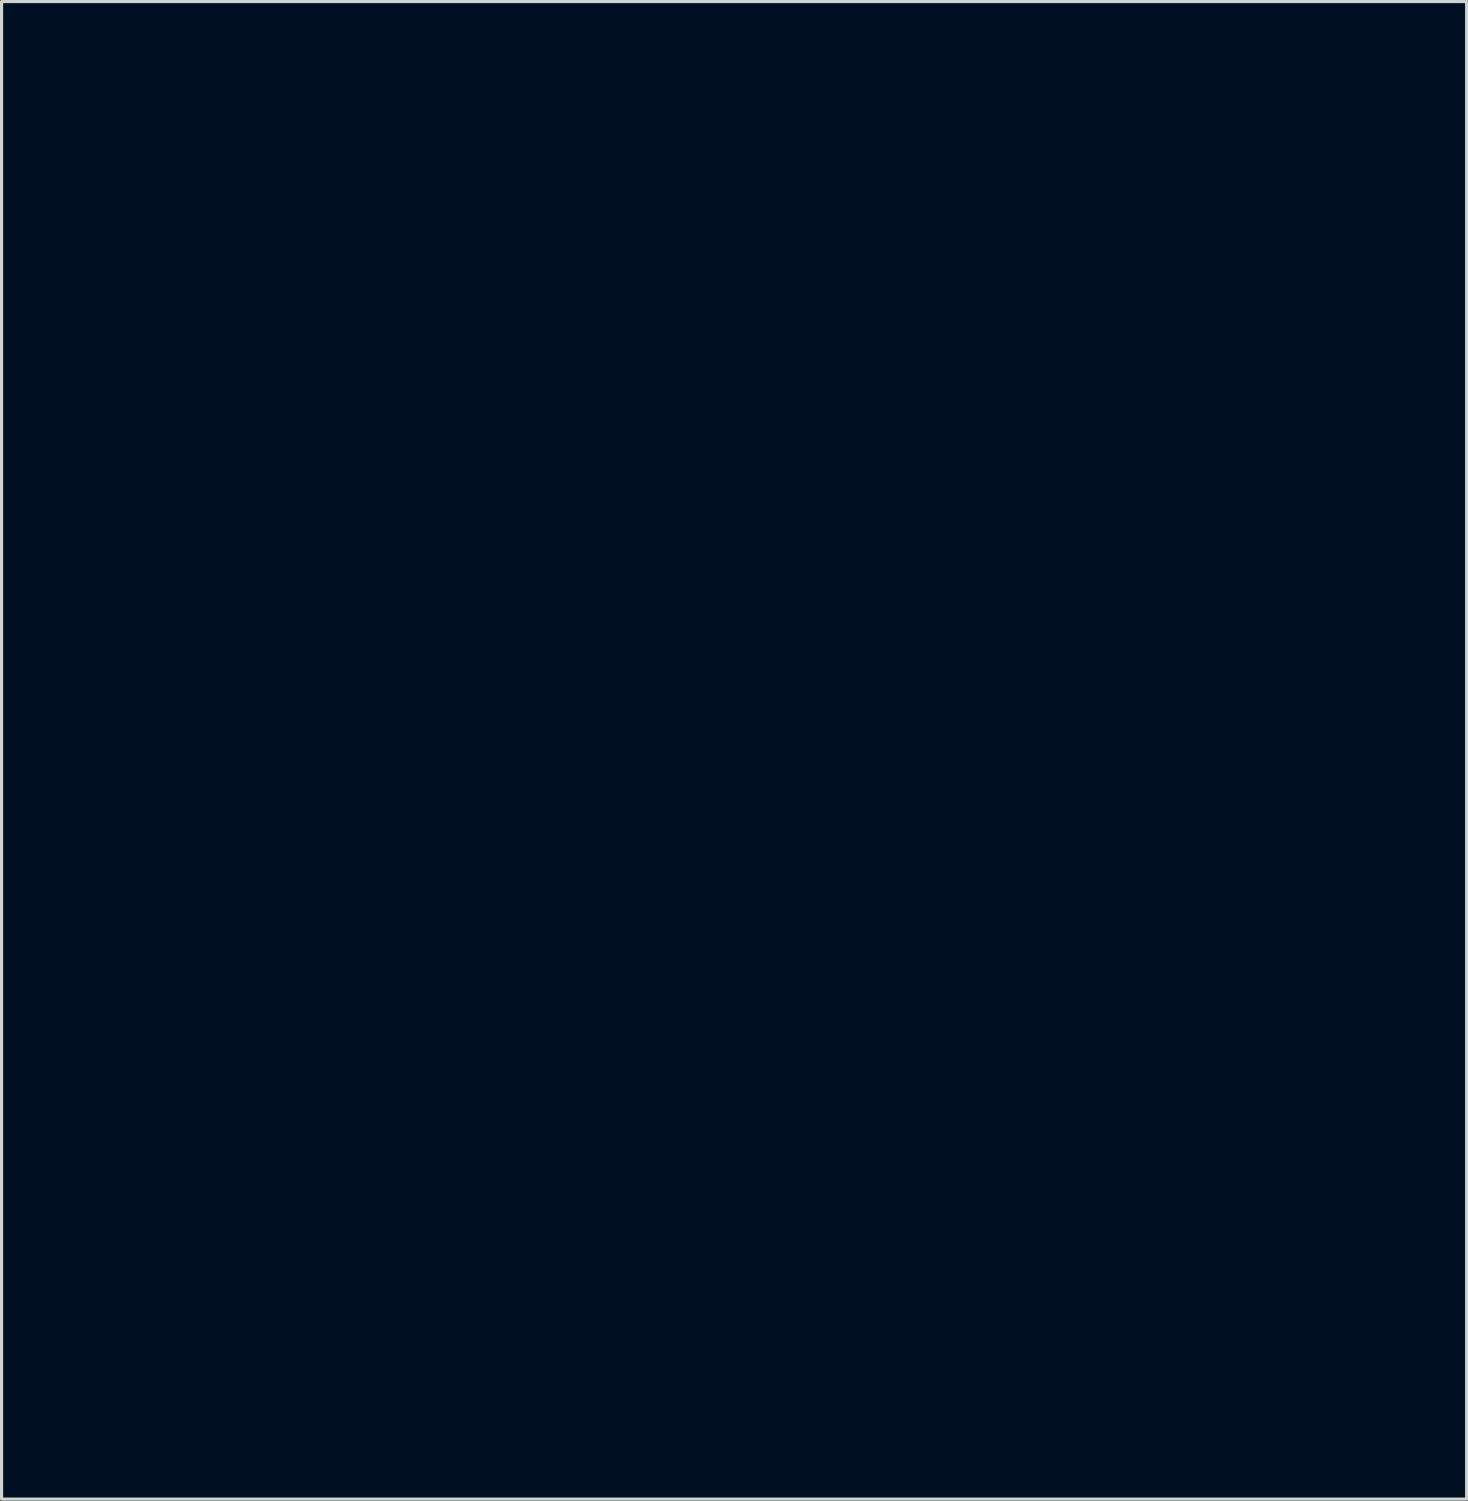
<source format=kicad_pcb>
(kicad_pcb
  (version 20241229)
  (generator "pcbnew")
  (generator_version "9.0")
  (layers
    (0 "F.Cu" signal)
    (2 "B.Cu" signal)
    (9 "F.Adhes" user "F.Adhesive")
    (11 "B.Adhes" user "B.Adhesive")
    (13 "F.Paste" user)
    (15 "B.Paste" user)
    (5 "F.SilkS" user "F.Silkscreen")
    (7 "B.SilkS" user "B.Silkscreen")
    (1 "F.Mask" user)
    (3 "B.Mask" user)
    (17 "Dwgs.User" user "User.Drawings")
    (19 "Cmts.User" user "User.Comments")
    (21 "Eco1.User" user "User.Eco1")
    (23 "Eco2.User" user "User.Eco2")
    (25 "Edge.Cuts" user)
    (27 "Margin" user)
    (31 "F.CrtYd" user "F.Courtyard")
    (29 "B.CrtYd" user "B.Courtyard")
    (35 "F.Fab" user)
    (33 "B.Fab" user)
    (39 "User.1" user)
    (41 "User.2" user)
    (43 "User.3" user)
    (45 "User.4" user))
  (footprint "Key2FMask"
    (layer "F.Cu")
    (at 20.262 20.636)
    (property "Reference" "Key2FMask" (at 0 0 0) (layer "F.Mask") (effects (font (size 1.524 1.524) (thickness 0.3))))
    (attr through_hole)
    (fp_poly (pts (xy -0.241 -20.588) (xy -0.105 -20.464) (xy 0.106 -20.264) (xy 0.384 -19.996) (xy 0.723 -19.668) (xy 1.114 -19.286) (xy 1.551 -18.859) (xy 2.025 -18.392) (xy 2.53 -17.894) (xy 2.838 -17.59) (xy 5.915 -14.542) (xy 10.224 -14.542) (xy 11.107 -14.541) (xy 11.87 -14.54) (xy 12.521 -14.537) (xy 13.067 -14.533) (xy 13.516 -14.527) (xy 13.875 -14.521) (xy 14.152 -14.512) (xy 14.355 -14.501) (xy 14.489 -14.489) (xy 14.564 -14.474) (xy 14.585 -14.462) (xy 14.594 -14.387) (xy 14.603 -14.195) (xy 14.612 -13.897) (xy 14.62 -13.504) (xy 14.628 -13.026) (xy 14.635 -12.473) (xy 14.641 -11.857) (xy 14.647 -11.187) (xy 14.651 -10.474) (xy 14.653 -10.033) (xy 14.669 -5.683) (xy 20.098 -0.31) (xy 19.119 -0.345) (xy 18.781 -0.355) (xy 18.345 -0.364) (xy 17.843 -0.371) (xy 17.305 -0.377) (xy 16.761 -0.38) (xy 16.363 -0.381) (xy 14.585 -0.381) (xy 14.672 -4.382) (xy 14.109 -4.381) (xy 13.546 -4.381) (xy 13.504 -2.524) (xy 13.493 -1.978) (xy 13.483 -1.407) (xy 13.474 -0.843) (xy 13.467 -0.317) (xy 13.463 0.14) (xy 13.462 0.45) (xy 13.459 0.901) (xy 13.452 1.388) (xy 13.441 1.865) (xy 13.427 2.284) (xy 13.42 2.435) (xy 13.379 3.302) (xy 11.46 3.302) (xy 10.969 3.303) (xy 10.511 3.307) (xy 10.104 3.313) (xy 9.766 3.32) (xy 9.513 3.329) (xy 9.365 3.338) (xy 9.342 3.342) (xy 9.144 3.381) (xy 9.144 9.335) (xy 12.255 9.335) (xy 12.255 12.109) (xy 10.208 12.151) (xy 9.601 12.165) (xy 8.938 12.182) (xy 8.255 12.202) (xy 7.591 12.223) (xy 6.98 12.244) (xy 6.477 12.263) (xy 5.971 12.284) (xy 5.575 12.302) (xy 5.274 12.319) (xy 5.052 12.337) (xy 4.893 12.358) (xy 4.78 12.384) (xy 4.698 12.415) (xy 4.631 12.456) (xy 4.588 12.488) (xy 4.504 12.565) (xy 4.344 12.725) (xy 4.117 12.96) (xy 3.831 13.259) (xy 3.497 13.613) (xy 3.124 14.011) (xy 2.721 14.444) (xy 2.297 14.901) (xy 2.272 14.928) (xy 0.164 17.212) (xy -0.256 16.782) (xy -0.409 16.624) (xy -0.636 16.393) (xy -0.921 16.102) (xy -1.247 15.769) (xy -1.6 15.41) (xy -1.963 15.04) (xy -2.033 14.969) (xy -3.391 13.587) (xy -2.746 12.922) (xy -2.668 5.366) (xy -6.926 5.383) (xy -11.184 5.401) (xy -13.26 3.378) (xy -13.721 2.929) (xy -14.184 2.479) (xy -14.634 2.043) (xy -15.058 1.634) (xy -15.441 1.265) (xy -15.769 0.951) (xy -16.027 0.704) (xy -16.129 0.608) (xy -16.39 0.361) (xy -16.617 0.144) (xy -16.795 -0.029) (xy -16.907 -0.143) (xy -16.939 -0.181) (xy -16.901 -0.237) (xy -16.786 -0.367) (xy -16.608 -0.558) (xy -16.38 -0.794) (xy -16.116 -1.061) (xy -16.097 -1.079) (xy -15.24 -1.935) (xy -15.24 -0.2) (xy -13.216 1.751) (xy -12.791 2.159) (xy -12.391 2.541) (xy -12.027 2.888) (xy -11.708 3.189) (xy -11.443 3.437) (xy -11.244 3.621) (xy -11.119 3.733) (xy -11.081 3.763) (xy -10.984 3.789) (xy -10.918 3.73) (xy -10.879 3.576) (xy -10.861 3.313) (xy -10.859 3.159) (xy -10.858 2.667) (xy -9.779 2.667) (xy -9.778 3.254) (xy -9.772 3.523) (xy -9.757 3.747) (xy -9.735 3.894) (xy -9.723 3.928) (xy -9.639 3.972) (xy -9.462 4.019) (xy -9.224 4.064) (xy -8.958 4.101) (xy -8.698 4.122) (xy -8.644 4.125) (xy -8.617 4.116) (xy -8.597 4.078) (xy -8.585 4) (xy -8.581 3.868) (xy -8.585 3.67) (xy -8.597 3.392) (xy -8.618 3.023) (xy -8.648 2.55) (xy -8.676 2.111) (xy -8.715 1.524) (xy -12.054 1.524) (xy -12.44 1.102) (xy -12.612 0.911) (xy -12.744 0.754) (xy -12.818 0.655) (xy -12.827 0.635) (xy -12.765 0.607) (xy -12.588 0.581) (xy -12.306 0.558) (xy -11.931 0.539) (xy -11.474 0.524) (xy -10.945 0.514) (xy -10.357 0.509) (xy -10.153 0.508) (xy -8.718 0.508) (xy -8.675 -3.985) (xy -8.667 -4.736) (xy -8.659 -5.455) (xy -8.65 -6.131) (xy -8.641 -6.753) (xy -8.632 -7.31) (xy -8.624 -7.792) (xy -8.616 -8.188) (xy -8.608 -8.486) (xy -8.601 -8.675) (xy -8.596 -8.738) (xy -8.561 -8.998) (xy -6.424 -9.039) (xy -5.94 -9.048) (xy -5.351 -9.057) (xy -4.678 -9.068) (xy -3.942 -9.078) (xy -3.164 -9.089) (xy -2.366 -9.1) (xy -1.569 -9.11) (xy -0.795 -9.119) (xy -0.547 -9.122) (xy 3.193 -9.163) (xy 3.147 -6.496) (xy 3.1 -3.828) (xy 3.29 -3.79) (xy 3.404 -3.778) (xy 3.626 -3.764) (xy 3.935 -3.749) (xy 4.314 -3.734) (xy 4.742 -3.719) (xy 5.128 -3.708) (xy 6.775 -3.664) (xy 6.817 -2.425) (xy 6.824 -2.137) (xy 6.831 -1.737) (xy 6.837 -1.24) (xy 6.843 -0.663) (xy 6.848 -0.021) (xy 6.852 0.672) (xy 6.855 1.4) (xy 6.857 2.147) (xy 6.858 2.889) (xy 6.858 6.965) (xy 5.133 7.007) (xy 4.574 7.019) (xy 3.963 7.029) (xy 3.34 7.038) (xy 2.745 7.045) (xy 2.217 7.048) (xy 2 7.048) (xy 0.591 7.048) (xy 0.55 6.048) (xy 0.534 5.604) (xy 0.521 5.107) (xy 0.512 4.617) (xy 0.508 4.189) (xy 0.508 4.143) (xy 0.508 3.239) (xy -0.111 3.238) (xy -0.778 3.198) (xy -1.354 3.078) (xy -1.849 2.869) (xy -2.277 2.566) (xy -2.649 2.16) (xy -2.976 1.645) (xy -3.063 1.477) (xy -3.334 0.929) (xy -3.334 -0.549) (xy -3.065 -1.092) (xy -2.743 -1.629) (xy -2.357 -2.087) (xy -1.921 -2.446) (xy -1.661 -2.598) (xy -1.199 -2.775) (xy -0.679 -2.878) (xy -0.136 -2.908) (xy 0.396 -2.864) (xy 0.882 -2.745) (xy 1.136 -2.639) (xy 1.443 -2.442) (xy 1.771 -2.161) (xy 2.085 -1.831) (xy 2.352 -1.481) (xy 2.366 -1.46) (xy 2.502 -1.226) (xy 2.628 -0.964) (xy 2.733 -0.702) (xy 2.808 -0.469) (xy 2.842 -0.291) (xy 2.825 -0.198) (xy 2.735 -0.167) (xy 2.554 -0.139) (xy 2.317 -0.12) (xy 2.266 -0.118) (xy 1.77 -0.098) (xy 1.624 -0.457) (xy 1.393 -0.904) (xy 1.097 -1.249) (xy 0.751 -1.495) (xy 0.546 -1.598) (xy 0.363 -1.655) (xy 0.146 -1.679) (xy -0.064 -1.683) (xy -0.358 -1.672) (xy -0.582 -1.633) (xy -0.787 -1.555) (xy -0.849 -1.524) (xy -1.242 -1.257) (xy -1.542 -0.907) (xy -1.742 -0.488) (xy -1.835 -0.01) (xy -1.841 0.158) (xy -1.782 0.608) (xy -1.607 1.012) (xy -1.321 1.362) (xy -0.928 1.651) (xy -0.71 1.764) (xy -0.473 1.858) (xy -0.264 1.897) (xy -0.011 1.893) (xy 0.026 1.89) (xy 0.307 1.852) (xy 0.546 1.778) (xy 0.777 1.652) (xy 1.031 1.455) (xy 1.251 1.258) (xy 1.661 0.876) (xy 2.984 0.899) (xy 3.382 0.907) (xy 3.737 0.919) (xy 4.028 0.932) (xy 4.237 0.947) (xy 4.343 0.962) (xy 4.352 0.966) (xy 4.365 1.038) (xy 4.378 1.222) (xy 4.392 1.5) (xy 4.406 1.855) (xy 4.418 2.273) (xy 4.428 2.736) (xy 4.43 2.855) (xy 4.464 4.699) (xy 3.239 4.699) (xy 3.239 2.095) (xy 2.801 2.095) (xy 2.551 2.102) (xy 2.374 2.133) (xy 2.217 2.204) (xy 2.055 2.308) (xy 1.746 2.521) (xy 1.712 5.731) (xy 3.654 5.704) (xy 4.217 5.696) (xy 4.665 5.686) (xy 5.011 5.676) (xy 5.269 5.663) (xy 5.449 5.648) (xy 5.566 5.629) (xy 5.632 5.606) (xy 5.655 5.585) (xy 5.668 5.501) (xy 5.68 5.306) (xy 5.691 5.016) (xy 5.699 4.648) (xy 5.705 4.217) (xy 5.71 3.74) (xy 5.712 3.233) (xy 5.713 2.712) (xy 5.712 2.193) (xy 5.709 1.692) (xy 5.704 1.226) (xy 5.697 0.81) (xy 5.688 0.461) (xy 5.678 0.195) (xy 5.665 0.028) (xy 5.656 -0.019) (xy 5.623 -0.088) (xy 5.57 -0.134) (xy 5.472 -0.164) (xy 5.306 -0.183) (xy 5.045 -0.198) (xy 4.926 -0.203) (xy 4.647 -0.219) (xy 4.418 -0.236) (xy 4.267 -0.254) (xy 4.221 -0.266) (xy 4.211 -0.341) (xy 4.213 -0.507) (xy 4.229 -0.731) (xy 4.231 -0.753) (xy 4.273 -1.206) (xy 5.652 -1.206) (xy 5.652 -2.205) (xy 4.842 -2.248) (xy 4.472 -2.268) (xy 4.089 -2.29) (xy 3.743 -2.312) (xy 3.515 -2.328) (xy 2.997 -2.366) (xy 2.505 -2.861) (xy 2.012 -3.356) (xy 2.027 -4.599) (xy 2.041 -5.842) (xy 1.497 -5.842) (xy 0.953 -5.842) (xy 0.953 -4.191) (xy -0.141 -4.191) (xy -0.095 -5.874) (xy -0.578 -5.892) (xy -0.844 -5.896) (xy -1.013 -5.88) (xy -1.112 -5.84) (xy -1.143 -5.81) (xy -1.186 -5.691) (xy -1.222 -5.449) (xy -1.251 -5.085) (xy -1.264 -4.839) (xy -1.302 -3.969) (xy -1.857 -3.95) (xy -2.125 -3.944) (xy -2.291 -3.95) (xy -2.378 -3.971) (xy -2.411 -4.012) (xy -2.415 -4.046) (xy -2.423 -4.248) (xy -2.439 -4.51) (xy -2.462 -4.804) (xy -2.488 -5.101) (xy -2.515 -5.374) (xy -2.541 -5.594) (xy -2.562 -5.734) (xy -2.572 -5.769) (xy -2.646 -5.783) (xy -2.826 -5.797) (xy -3.093 -5.81) (xy -3.426 -5.822) (xy -3.805 -5.831) (xy -3.838 -5.832) (xy -5.062 -5.853) (xy -5.102 -5.705) (xy -5.141 -5.436) (xy -5.123 -5.177) (xy -5.052 -4.978) (xy -5.045 -4.967) (xy -4.98 -4.894) (xy -4.889 -4.852) (xy -4.741 -4.831) (xy -4.504 -4.825) (xy -4.457 -4.825) (xy -4.133 -4.823) (xy -3.915 -4.807) (xy -3.782 -4.761) (xy -3.713 -4.67) (xy -3.687 -4.518) (xy -3.683 -4.29) (xy -3.683 -4.247) (xy -3.683 -3.747) (xy -4.286 -3.747) (xy -4.578 -3.743) (xy -4.773 -3.729) (xy -4.898 -3.699) (xy -4.984 -3.649) (xy -5.016 -3.619) (xy -5.106 -3.447) (xy -5.145 -3.164) (xy -5.132 -2.774) (xy -5.102 -2.509) (xy -5.061 -2.207) (xy -4.662 -2.248) (xy -4.264 -2.289) (xy -4.295 -1.795) (xy -4.316 -1.476) (xy -4.339 -1.261) (xy -4.375 -1.127) (xy -4.434 -1.053) (xy -4.527 -1.017) (xy -4.664 -0.995) (xy -4.675 -0.993) (xy -4.865 -0.976) (xy -5.14 -0.962) (xy -5.456 -0.954) (xy -5.66 -0.953) (xy -6.35 -0.953) (xy -6.35 -6.901) (xy -4.911 -6.943) (xy -4.524 -6.952) (xy -4.033 -6.961) (xy -3.462 -6.969) (xy -2.834 -6.975) (xy -2.172 -6.98) (xy -1.499 -6.983) (xy -0.84 -6.985) (xy -0.681 -6.985) (xy 2.11 -6.985) (xy 2.072 -7.128) (xy 2.052 -7.266) (xy 2.037 -7.481) (xy 2.033 -7.677) (xy 2.032 -8.082) (xy -2.732 -8.051) (xy -3.498 -8.046) (xy -4.226 -8.04) (xy -4.907 -8.034) (xy -5.531 -8.028) (xy -6.088 -8.022) (xy -6.568 -8.016) (xy -6.961 -8.01) (xy -7.257 -8.004) (xy -7.446 -7.999) (xy -7.519 -7.995) (xy -7.519 -7.995) (xy -7.524 -7.928) (xy -7.529 -7.746) (xy -7.534 -7.458) (xy -7.54 -7.075) (xy -7.545 -6.609) (xy -7.551 -6.07) (xy -7.556 -5.468) (xy -7.561 -4.814) (xy -7.565 -4.12) (xy -7.566 -3.953) (xy -7.589 0.064) (xy -4.381 0.064) (xy -4.381 1.46) (xy -5.477 1.461) (xy -5.876 1.464) (xy -6.266 1.47) (xy -6.615 1.481) (xy -6.89 1.494) (xy -7.007 1.502) (xy -7.441 1.543) (xy -7.42 2.699) (xy -7.409 3.14) (xy -7.395 3.47) (xy -7.376 3.704) (xy -7.351 3.858) (xy -7.318 3.948) (xy -7.306 3.964) (xy -7.259 4.006) (xy -7.185 4.035) (xy -7.064 4.053) (xy -6.876 4.061) (xy -6.602 4.06) (xy -6.221 4.054) (xy -6.216 4.053) (xy -5.871 4.043) (xy -5.572 4.029) (xy -5.34 4.012) (xy -5.199 3.993) (xy -5.168 3.983) (xy -5.144 3.903) (xy -5.117 3.723) (xy -5.091 3.473) (xy -5.072 3.221) (xy -5.053 2.935) (xy -5.037 2.701) (xy -5.026 2.545) (xy -5.021 2.492) (xy -4.96 2.486) (xy -4.8 2.48) (xy -4.569 2.477) (xy -4.413 2.477) (xy -3.81 2.477) (xy -3.81 3.136) (xy -3.805 3.497) (xy -3.778 3.752) (xy -3.712 3.921) (xy -3.592 4.026) (xy -3.4 4.086) (xy -3.12 4.123) (xy -3.011 4.132) (xy -2.669 4.157) (xy -2.274 4.175) (xy -1.902 4.186) (xy -1.836 4.186) (xy -1.227 4.191) (xy -1.185 7.668) (xy -1.177 8.371) (xy -1.169 9.077) (xy -1.162 9.767) (xy -1.156 10.424) (xy -1.151 11.029) (xy -1.147 11.566) (xy -1.144 12.015) (xy -1.143 12.359) (xy -1.143 12.424) (xy -1.143 13.704) (xy 0.277 15.056) (xy 0.936 14.402) (xy 1.21 14.126) (xy 1.521 13.807) (xy 1.856 13.458) (xy 2.201 13.095) (xy 2.542 12.732) (xy 2.866 12.383) (xy 3.158 12.064) (xy 3.406 11.788) (xy 3.596 11.572) (xy 3.713 11.429) (xy 3.727 11.411) (xy 3.838 11.198) (xy 3.912 10.957) (xy 3.919 10.913) (xy 3.959 10.667) (xy 4.02 10.518) (xy 4.132 10.443) (xy 4.323 10.417) (xy 4.503 10.414) (xy 4.776 10.425) (xy 4.95 10.47) (xy 5.052 10.569) (xy 5.107 10.741) (xy 5.127 10.866) (xy 5.163 11.131) (xy 8.058 11.086) (xy 8.651 11.076) (xy 9.203 11.066) (xy 9.702 11.057) (xy 10.136 11.049) (xy 10.491 11.042) (xy 10.755 11.036) (xy 10.915 11.031) (xy 10.961 11.028) (xy 10.971 10.965) (xy 10.99 10.816) (xy 11 10.724) (xy 11.013 10.545) (xy 10.994 10.462) (xy 10.938 10.449) (xy 10.929 10.45) (xy 10.838 10.457) (xy 10.64 10.466) (xy 10.354 10.477) (xy 9.999 10.488) (xy 9.595 10.5) (xy 9.377 10.505) (xy 7.927 10.541) (xy 7.972 9.909) (xy 8.017 9.278) (xy 7.009 9.307) (xy 6.701 9.315) (xy 6.289 9.324) (xy 5.797 9.335) (xy 5.249 9.346) (xy 4.666 9.357) (xy 4.074 9.367) (xy 3.667 9.374) (xy 1.333 9.413) (xy 1.333 10.934) (xy 1.642 10.676) (xy 1.818 10.524) (xy 1.962 10.391) (xy 2.03 10.321) (xy 2.122 10.24) (xy 2.167 10.223) (xy 2.188 10.283) (xy 2.205 10.444) (xy 2.216 10.683) (xy 2.219 10.97) (xy 2.216 11.716) (xy 1.547 12.319) (xy 1.263 12.574) (xy 0.972 12.833) (xy 0.708 13.067) (xy 0.501 13.246) (xy 0.487 13.259) (xy 0.095 13.595) (xy 0.052 13.322) (xy 0.043 13.198) (xy 0.033 12.963) (xy 0.025 12.632) (xy 0.018 12.222) (xy 0.012 11.748) (xy 0.007 11.225) (xy 0.005 10.67) (xy 0.005 10.589) (xy 0 8.128) (xy 0.397 8.127) (xy 0.735 8.124) (xy 1.153 8.119) (xy 1.637 8.113) (xy 2.174 8.104) (xy 2.751 8.093) (xy 3.353 8.081) (xy 3.967 8.069) (xy 4.579 8.056) (xy 5.177 8.042) (xy 5.745 8.028) (xy 6.27 8.015) (xy 6.739 8.002) (xy 7.139 7.99) (xy 7.455 7.979) (xy 7.674 7.97) (xy 7.782 7.962) (xy 7.788 7.961) (xy 7.952 7.92) (xy 7.914 7.151) (xy 7.903 6.897) (xy 7.891 6.538) (xy 7.879 6.096) (xy 7.866 5.594) (xy 7.853 5.055) (xy 7.841 4.499) (xy 7.835 4.207) (xy 7.794 2.032) (xy 9.914 2.031) (xy 10.422 2.029) (xy 10.891 2.025) (xy 11.304 2.019) (xy 11.648 2.011) (xy 11.905 2.002) (xy 12.062 1.991) (xy 12.103 1.983) (xy 12.136 1.904) (xy 12.169 1.727) (xy 12.199 1.48) (xy 12.215 1.28) (xy 12.257 0.624) (xy 12.018 0.659) (xy 11.895 0.669) (xy 11.663 0.681) (xy 11.341 0.694) (xy 10.945 0.707) (xy 10.496 0.72) (xy 10.01 0.733) (xy 9.858 0.736) (xy 7.938 0.778) (xy 7.938 -0.495) (xy 8.652 -0.532) (xy 8.94 -0.546) (xy 9.321 -0.561) (xy 9.765 -0.577) (xy 10.236 -0.593) (xy 10.704 -0.607) (xy 10.763 -0.608) (xy 11.17 -0.62) (xy 11.53 -0.631) (xy 11.826 -0.641) (xy 12.04 -0.65) (xy 12.154 -0.655) (xy 12.167 -0.657) (xy 12.174 -0.72) (xy 12.187 -0.882) (xy 12.204 -1.113) (xy 12.214 -1.258) (xy 12.255 -1.849) (xy 11.001 -1.813) (xy 10.53 -1.799) (xy 10.022 -1.783) (xy 9.523 -1.767) (xy 9.075 -1.752) (xy 8.811 -1.742) (xy 7.874 -1.708) (xy 7.874 -4.87) (xy 6.779 -4.911) (xy 6.356 -4.926) (xy 5.92 -4.938) (xy 5.51 -4.947) (xy 5.166 -4.952) (xy 5.032 -4.953) (xy 4.381 -4.953) (xy 4.382 -7.668) (xy 4.383 -8.247) (xy 4.386 -8.792) (xy 4.39 -9.286) (xy 4.396 -9.717) (xy 4.402 -10.07) (xy 4.409 -10.332) (xy 4.417 -10.489) (xy 4.422 -10.525) (xy 4.447 -10.592) (xy 4.498 -10.634) (xy 4.6 -10.657) (xy 4.778 -10.666) (xy 5.048 -10.668) (xy 5.344 -10.672) (xy 5.536 -10.694) (xy 5.646 -10.751) (xy 5.697 -10.861) (xy 5.713 -11.039) (xy 5.714 -11.16) (xy 5.715 -11.367) (xy 4.707 -11.367) (xy 4.347 -11.364) (xy 4.018 -11.358) (xy 3.747 -11.348) (xy 3.562 -11.336) (xy 3.508 -11.328) (xy 3.413 -11.304) (xy 3.353 -11.259) (xy 3.317 -11.166) (xy 3.293 -10.997) (xy 3.274 -10.789) (xy 3.23 -10.287) (xy 2.663 -10.287) (xy 2.095 -10.287) (xy 2.095 -10.729) (xy 2.084 -10.995) (xy 2.036 -11.165) (xy 1.929 -11.258) (xy 1.74 -11.294) (xy 1.449 -11.29) (xy 1.443 -11.29) (xy 1.048 -11.271) (xy 1.062 -10.75) (xy 1.076 -10.228) (xy 0.554 -10.261) (xy 0.222 -10.284) (xy -0.004 -10.307) (xy -0.144 -10.339) (xy -0.218 -10.391) (xy -0.248 -10.472) (xy -0.254 -10.59) (xy -0.254 -10.63) (xy -0.264 -10.857) (xy -0.287 -11.069) (xy -0.294 -11.105) (xy -0.333 -11.303) (xy -1.524 -11.303) (xy -1.524 -10.16) (xy -2.351 -10.16) (xy -3.178 -10.16) (xy -3.136 -11.224) (xy -3.12 -11.578) (xy -3.104 -11.886) (xy -3.088 -12.126) (xy -3.074 -12.277) (xy -3.066 -12.319) (xy -2.995 -12.33) (xy -2.808 -12.341) (xy -2.518 -12.353) (xy -2.135 -12.365) (xy -1.671 -12.376) (xy -1.138 -12.387) (xy -0.547 -12.398) (xy 0.09 -12.408) (xy 0.762 -12.417) (xy 1.457 -12.425) (xy 2.164 -12.431) (xy 2.871 -12.436) (xy 3.567 -12.439) (xy 3.721 -12.44) (xy 6.331 -12.446) (xy 6.667 -12.06) (xy 7.002 -11.674) (xy 6.929 -10.747) (xy 6.898 -10.412) (xy 6.863 -10.119) (xy 6.828 -9.893) (xy 6.796 -9.759) (xy 6.785 -9.736) (xy 6.676 -9.685) (xy 6.45 -9.658) (xy 6.215 -9.652) (xy 5.715 -9.652) (xy 5.715 -8.7) (xy 6.795 -8.7) (xy 6.795 -7.398) (xy 6.255 -7.42) (xy 5.715 -7.443) (xy 5.715 -6.287) (xy 7.801 -6.287) (xy 7.764 -8.414) (xy 7.755 -8.999) (xy 7.749 -9.469) (xy 7.747 -9.837) (xy 7.749 -10.112) (xy 7.756 -10.308) (xy 7.768 -10.437) (xy 7.785 -10.509) (xy 7.807 -10.538) (xy 7.816 -10.54) (xy 7.896 -10.498) (xy 8.045 -10.385) (xy 8.239 -10.219) (xy 8.427 -10.047) (xy 8.948 -9.557) (xy 8.991 -6.366) (xy 9.034 -3.175) (xy 12.255 -3.175) (xy 12.255 -3.685) (xy 12.236 -4.077) (xy 12.167 -4.386) (xy 12.035 -4.649) (xy 11.825 -4.906) (xy 11.792 -4.94) (xy 11.525 -5.213) (xy 11.462 -4.032) (xy 10.821 -4.014) (xy 10.179 -3.996) (xy 10.134 -6.084) (xy 10.122 -6.717) (xy 10.114 -7.235) (xy 10.113 -7.646) (xy 10.117 -7.964) (xy 10.128 -8.197) (xy 10.146 -8.357) (xy 10.171 -8.455) (xy 10.204 -8.502) (xy 10.229 -8.509) (xy 10.262 -8.5) (xy 10.313 -8.467) (xy 10.391 -8.402) (xy 10.503 -8.295) (xy 10.661 -8.139) (xy 10.871 -7.923) (xy 11.143 -7.64) (xy 11.485 -7.281) (xy 11.846 -6.902) (xy 13.04 -5.643) (xy 13.81 -6.414) (xy 10.262 -9.963) (xy 9.491 -10.734) (xy 11.278 -10.734) (xy 11.844 -10.145) (xy 12.072 -9.911) (xy 12.328 -9.652) (xy 12.596 -9.385) (xy 12.86 -9.125) (xy 13.106 -8.887) (xy 13.316 -8.686) (xy 13.475 -8.538) (xy 13.567 -8.458) (xy 13.583 -8.449) (xy 13.588 -8.509) (xy 13.591 -8.681) (xy 13.591 -8.951) (xy 13.589 -9.304) (xy 13.584 -9.725) (xy 13.577 -10.199) (xy 13.571 -10.55) (xy 13.561 -11.055) (xy 13.548 -11.521) (xy 13.533 -11.93) (xy 13.518 -12.269) (xy 13.502 -12.522) (xy 13.486 -12.674) (xy 13.477 -12.711) (xy 13.414 -12.688) (xy 13.276 -12.591) (xy 13.078 -12.431) (xy 12.834 -12.224) (xy 12.561 -11.983) (xy 12.274 -11.72) (xy 11.988 -11.45) (xy 11.719 -11.186) (xy 11.592 -11.057) (xy 11.278 -10.734) (xy 9.491 -10.734) (xy 6.858 -13.367) (xy 8.683 -13.367) (xy 9.414 -12.608) (xy 10.145 -11.85) (xy 10.327 -11.968) (xy 10.445 -12.051) (xy 10.638 -12.194) (xy 10.879 -12.378) (xy 11.143 -12.584) (xy 11.176 -12.61) (xy 11.447 -12.825) (xy 11.703 -13.03) (xy 11.916 -13.204) (xy 12.058 -13.324) (xy 12.065 -13.331) (xy 12.287 -13.527) (xy 10.795 -13.485) (xy 10.352 -13.472) (xy 9.934 -13.456) (xy 9.563 -13.441) (xy 9.263 -13.425) (xy 9.055 -13.411) (xy 8.993 -13.405) (xy 8.683 -13.367) (xy 6.858 -13.367) (xy 6.713 -13.512) (xy 6.357 -13.488) (xy 6.219 -13.483) (xy 5.97 -13.476) (xy 5.623 -13.469) (xy 5.193 -13.462) (xy 4.697 -13.455) (xy 4.148 -13.447) (xy 3.562 -13.44) (xy 3.159 -13.436) (xy 0.318 -13.407) (xy 0.318 -14.476) (xy 2.416 -14.493) (xy 4.515 -14.51) (xy 2.4 -16.552) (xy 1.829 -17.103) (xy 1.341 -17.572) (xy 0.931 -17.963) (xy 0.592 -18.284) (xy 0.317 -18.539) (xy 0.1 -18.735) (xy -0.065 -18.879) (xy -0.185 -18.975) (xy -0.266 -19.03) (xy -0.316 -19.05) (xy -0.321 -19.05) (xy -0.383 -19.006) (xy -0.514 -18.886) (xy -0.699 -18.707) (xy -0.921 -18.485) (xy -1.163 -18.238) (xy -1.409 -17.982) (xy -1.642 -17.733) (xy -1.846 -17.51) (xy -1.968 -17.371) (xy -2.11 -17.202) (xy -2.177 -17.103) (xy -2.178 -17.05) (xy -2.122 -17.016) (xy -2.098 -17.007) (xy -1.997 -16.99) (xy -1.789 -16.973) (xy -1.493 -16.955) (xy -1.128 -16.938) (xy -0.714 -16.922) (xy -0.424 -16.913) (xy 1.111 -16.872) (xy 1.418 -16.463) (xy 1.557 -16.27) (xy 1.655 -16.118) (xy 1.696 -16.033) (xy 1.694 -16.024) (xy 1.626 -16.016) (xy 1.445 -16.007) (xy 1.164 -15.998) (xy 0.798 -15.987) (xy 0.359 -15.977) (xy -0.137 -15.967) (xy -0.677 -15.958) (xy -0.824 -15.956) (xy -3.312 -15.918) (xy -3.861 -15.323) (xy -4.073 -15.091) (xy -4.256 -14.886) (xy -4.39 -14.73) (xy -4.457 -14.645) (xy -4.459 -14.641) (xy -4.427 -14.593) (xy -4.279 -14.553) (xy -4.028 -14.521) (xy -3.685 -14.5) (xy -3.262 -14.488) (xy -2.77 -14.487) (xy -2.22 -14.497) (xy -1.923 -14.506) (xy -0.699 -14.551) (xy -0.699 -14.301) (xy -0.708 -14.071) (xy -0.731 -13.817) (xy -0.738 -13.762) (xy -0.778 -13.474) (xy -6.824 -13.452) (xy -7.849 -13.448) (xy -8.755 -13.444) (xy -9.548 -13.44) (xy -10.236 -13.436) (xy -10.827 -13.431) (xy -11.328 -13.425) (xy -11.745 -13.419) (xy -12.088 -13.412) (xy -12.362 -13.404) (xy -12.576 -13.395) (xy -12.737 -13.384) (xy -12.851 -13.372) (xy -12.928 -13.359) (xy -12.973 -13.344) (xy -12.986 -13.335) (xy -13.014 -13.306) (xy -13.037 -13.262) (xy -13.055 -13.191) (xy -13.068 -13.082) (xy -13.077 -12.923) (xy -13.082 -12.703) (xy -13.083 -12.408) (xy -13.081 -12.029) (xy -13.076 -11.553) (xy -13.068 -10.968) (xy -13.062 -10.579) (xy -13.05 -9.813) (xy -13.036 -9.174) (xy -13.02 -8.661) (xy -13.003 -8.273) (xy -12.984 -8.01) (xy -12.964 -7.871) (xy -12.955 -7.849) (xy -12.901 -7.854) (xy -12.79 -7.93) (xy -12.616 -8.081) (xy -12.373 -8.314) (xy -12.054 -8.635) (xy -11.959 -8.732) (xy -11.659 -9.043) (xy -11.369 -9.346) (xy -11.108 -9.622) (xy -10.896 -9.851) (xy -10.752 -10.012) (xy -10.741 -10.025) (xy -10.449 -10.365) (xy -10.764 -10.628) (xy -11.163 -10.967) (xy -11.518 -11.281) (xy -11.817 -11.559) (xy -12.05 -11.79) (xy -12.204 -11.963) (xy -12.264 -12.057) (xy -12.298 -12.239) (xy -12.288 -12.432) (xy -12.205 -12.624) (xy -12.04 -12.729) (xy -11.786 -12.75) (xy -11.659 -12.736) (xy -11.528 -12.705) (xy -11.383 -12.645) (xy -11.21 -12.547) (xy -10.995 -12.401) (xy -10.726 -12.199) (xy -10.387 -11.93) (xy -9.984 -11.601) (xy -9.522 -11.22) (xy -9.379 -11.354) (xy -9.276 -11.46) (xy -9.117 -11.634) (xy -8.928 -11.847) (xy -8.825 -11.966) (xy -8.414 -12.443) (xy -6.763 -12.444) (xy -6.29 -12.443) (xy -5.836 -12.438) (xy -5.422 -12.432) (xy -5.073 -12.423) (xy -4.81 -12.413) (xy -4.683 -12.405) (xy -4.255 -12.364) (xy -4.255 -10.097) (xy -5.524 -10.097) (xy -5.524 -11.239) (xy -6.429 -11.236) (xy -6.894 -11.233) (xy -7.261 -11.221) (xy -7.554 -11.19) (xy -7.796 -11.129) (xy -8.011 -11.027) (xy -8.222 -10.873) (xy -8.452 -10.657) (xy -8.725 -10.368) (xy -9.014 -10.051) (xy -9.661 -9.338) (xy -9.657 -7.098) (xy -9.654 -6.441) (xy -9.649 -5.705) (xy -9.642 -4.93) (xy -9.633 -4.157) (xy -9.623 -3.425) (xy -9.612 -2.775) (xy -9.611 -2.705) (xy -9.568 -0.551) (xy -10.007 -0.593) (xy -10.287 -0.615) (xy -10.567 -0.63) (xy -10.747 -0.635) (xy -11.049 -0.635) (xy -11.049 -4.269) (xy -11.049 -7.903) (xy -11.69 -7.27) (xy -11.965 -6.993) (xy -12.248 -6.701) (xy -12.504 -6.429) (xy -12.704 -6.208) (xy -12.712 -6.199) (xy -12.904 -5.969) (xy -13.003 -5.814) (xy -13.006 -5.72) (xy -12.91 -5.671) (xy -12.711 -5.654) (xy -12.589 -5.652) (xy -12.255 -5.652) (xy -12.255 -4.255) (xy -12.597 -4.255) (xy -12.832 -4.241) (xy -12.98 -4.188) (xy -13.055 -4.072) (xy -13.074 -3.871) (xy -13.058 -3.623) (xy -13.029 -3.335) (xy -12.994 -3.149) (xy -12.935 -3.045) (xy -12.836 -2.998) (xy -12.678 -2.985) (xy -12.566 -2.985) (xy -12.192 -2.985) (xy -12.192 -1.651) (xy -13.018 -1.651) (xy -13.018 -0.445) (xy -13.579 -0.445) (xy -14.14 -0.445) (xy -14.185 -2.49) (xy -14.196 -2.987) (xy -14.209 -3.442) (xy -14.222 -3.841) (xy -14.235 -4.167) (xy -14.247 -4.407) (xy -14.258 -4.543) (xy -14.263 -4.569) (xy -14.285 -4.566) (xy -14.333 -4.533) (xy -14.413 -4.462) (xy -14.532 -4.349) (xy -14.695 -4.186) (xy -14.908 -3.967) (xy -15.178 -3.687) (xy -15.511 -3.338) (xy -15.912 -2.916) (xy -16.387 -2.413) (xy -16.944 -1.824) (xy -17.3 -1.443) (xy -17.627 -1.092) (xy -17.913 -0.78) (xy -18.15 -0.518) (xy -18.328 -0.317) (xy -18.437 -0.187) (xy -18.467 -0.141) (xy -18.42 -0.091) (xy -18.289 0.043) (xy -18.079 0.253) (xy -17.796 0.536) (xy -17.447 0.884) (xy -17.036 1.293) (xy -16.571 1.755) (xy -16.057 2.266) (xy -15.499 2.819) (xy -14.904 3.409) (xy -14.278 4.029) (xy -13.635 4.666) (xy -12.984 5.311) (xy -12.359 5.932) (xy -11.766 6.522) (xy -11.211 7.076) (xy -10.7 7.588) (xy -10.239 8.052) (xy -9.833 8.463) (xy -9.489 8.813) (xy -9.211 9.098) (xy -9.007 9.312) (xy -8.881 9.448) (xy -8.841 9.5) (xy -8.892 9.559) (xy -9.027 9.684) (xy -9.231 9.866) (xy -9.488 10.09) (xy -9.785 10.345) (xy -10.107 10.618) (xy -10.438 10.897) (xy -10.765 11.169) (xy -11.072 11.423) (xy -11.344 11.645) (xy -11.568 11.823) (xy -11.728 11.946) (xy -11.809 12) (xy -11.815 12.002) (xy -11.864 11.949) (xy -11.874 11.88) (xy -11.877 11.783) (xy -11.885 11.579) (xy -11.897 11.288) (xy -11.913 10.93) (xy -11.931 10.524) (xy -11.941 10.308) (xy -11.962 9.837) (xy -11.981 9.471) (xy -12.003 9.192) (xy -12.035 8.978) (xy -12.082 8.808) (xy -12.151 8.663) (xy -12.247 8.522) (xy -12.375 8.364) (xy -12.543 8.169) (xy -12.566 8.143) (xy -12.725 7.968) (xy -12.826 7.884) (xy -12.886 7.88) (xy -12.905 7.903) (xy -12.917 7.983) (xy -12.929 8.178) (xy -12.942 8.475) (xy -12.954 8.859) (xy -12.967 9.32) (xy -12.978 9.843) (xy -12.989 10.416) (xy -12.998 11.023) (xy -13.038 14.049) (xy -12.89 13.97) (xy -12.78 13.905) (xy -12.589 13.789) (xy -12.345 13.637) (xy -12.074 13.466) (xy -12.07 13.463) (xy -11.792 13.288) (xy -11.535 13.13) (xy -11.327 13.005) (xy -11.198 12.933) (xy -11.117 12.893) (xy -11.047 12.874) (xy -10.97 12.887) (xy -10.869 12.94) (xy -10.726 13.044) (xy -10.524 13.209) (xy -10.246 13.443) (xy -10.185 13.494) (xy -9.884 13.748) (xy -9.349 13.738) (xy -9.097 13.727) (xy -8.894 13.707) (xy -8.772 13.68) (xy -8.756 13.671) (xy -8.777 13.605) (xy -8.879 13.461) (xy -9.053 13.251) (xy -9.291 12.984) (xy -9.432 12.833) (xy -9.673 12.572) (xy -9.879 12.342) (xy -10.035 12.158) (xy -10.128 12.038) (xy -10.147 11.999) (xy -10.094 11.945) (xy -9.955 11.825) (xy -9.747 11.652) (xy -9.484 11.438) (xy -9.18 11.195) (xy -9.081 11.116) (xy -8.033 10.286) (xy -7.618 10.715) (xy -7.406 10.937) (xy -7.143 11.215) (xy -6.864 11.512) (xy -6.625 11.768) (xy -6.046 12.391) (xy -5.599 12.006) (xy -5.398 11.83) (xy -5.234 11.681) (xy -5.131 11.58) (xy -5.11 11.555) (xy -5.14 11.491) (xy -5.246 11.351) (xy -5.416 11.148) (xy -5.639 10.898) (xy -5.901 10.614) (xy -6.001 10.508) (xy -6.932 9.528) (xy -6.752 9.37) (xy -6.606 9.245) (xy -6.409 9.079) (xy -6.242 8.94) (xy -6.076 8.799) (xy -5.957 8.689) (xy -5.911 8.636) (xy -5.911 8.636) (xy -5.951 8.578) (xy -6.058 8.45) (xy -6.214 8.273) (xy -6.314 8.162) (xy -6.717 7.72) (xy -7.077 8.004) (xy -7.385 8.245) (xy -7.609 8.417) (xy -7.767 8.529) (xy -7.874 8.59) (xy -7.948 8.611) (xy -8.006 8.598) (xy -8.064 8.563) (xy -8.077 8.554) (xy -8.165 8.481) (xy -8.328 8.333) (xy -8.551 8.127) (xy -8.817 7.875) (xy -9.11 7.594) (xy -9.207 7.5) (xy -10.192 6.547) (xy -9.335 6.544) (xy -9.06 6.544) (xy -8.682 6.547) (xy -8.222 6.552) (xy -7.703 6.559) (xy -7.147 6.567) (xy -6.577 6.577) (xy -6.239 6.583) (xy -4 6.625) (xy -4 12.412) (xy -5.024 13.441) (xy -4.469 14.039) (xy -4.277 14.243) (xy -4.023 14.512) (xy -3.717 14.835) (xy -3.369 15.201) (xy -2.991 15.597) (xy -2.594 16.013) (xy -2.188 16.437) (xy -1.786 16.857) (xy -1.397 17.263) (xy -1.032 17.642) (xy -0.703 17.983) (xy -0.421 18.275) (xy -0.196 18.506) (xy -0.039 18.665) (xy 0.025 18.729) (xy 0.177 18.854) (xy 0.282 18.898) (xy 0.308 18.888) (xy 0.571 18.594) (xy 0.897 18.229) (xy 1.273 17.812) (xy 1.682 17.357) (xy 2.111 16.882) (xy 2.545 16.402) (xy 2.968 15.934) (xy 3.367 15.495) (xy 3.725 15.1) (xy 4.029 14.766) (xy 4.264 14.51) (xy 4.273 14.5) (xy 5.218 13.475) (xy 6.117 13.438) (xy 6.384 13.429) (xy 6.757 13.418) (xy 7.218 13.408) (xy 7.746 13.397) (xy 8.321 13.387) (xy 8.923 13.377) (xy 9.533 13.368) (xy 9.652 13.366) (xy 10.244 13.358) (xy 10.817 13.348) (xy 11.356 13.338) (xy 11.841 13.327) (xy 12.256 13.316) (xy 12.584 13.305) (xy 12.808 13.295) (xy 12.853 13.293) (xy 13.418 13.254) (xy 13.372 10.74) (xy 13.362 10.187) (xy 13.35 9.675) (xy 13.338 9.217) (xy 13.326 8.827) (xy 13.315 8.518) (xy 13.305 8.305) (xy 13.296 8.201) (xy 13.294 8.193) (xy 13.224 8.183) (xy 13.044 8.172) (xy 12.773 8.162) (xy 12.427 8.152) (xy 12.023 8.143) (xy 11.671 8.137) (xy 10.082 8.115) (xy 10.12 7.883) (xy 10.143 7.682) (xy 10.157 7.429) (xy 10.159 7.295) (xy 10.16 6.938) (xy 11.715 6.909) (xy 12.146 6.9) (xy 12.535 6.889) (xy 12.862 6.878) (xy 13.11 6.866) (xy 13.262 6.856) (xy 13.302 6.848) (xy 13.319 6.775) (xy 13.34 6.603) (xy 13.361 6.359) (xy 13.377 6.128) (xy 13.419 5.441) (xy 11.749 5.487) (xy 10.079 5.532) (xy 10.11 5.051) (xy 10.131 4.814) (xy 10.157 4.628) (xy 10.183 4.529) (xy 10.188 4.523) (xy 10.26 4.512) (xy 10.444 4.5) (xy 10.726 4.489) (xy 11.09 4.478) (xy 11.521 4.468) (xy 12.005 4.46) (xy 12.419 4.455) (xy 14.605 4.434) (xy 14.605 0.508) (xy 17.177 0.508) (xy 17.734 0.509) (xy 18.25 0.512) (xy 18.711 0.517) (xy 19.103 0.524) (xy 19.414 0.532) (xy 19.63 0.541) (xy 19.737 0.551) (xy 19.747 0.556) (xy 19.704 0.609) (xy 19.579 0.744) (xy 19.382 0.954) (xy 19.12 1.23) (xy 18.8 1.564) (xy 18.43 1.948) (xy 18.02 2.373) (xy 17.575 2.831) (xy 17.209 3.207) (xy 14.673 5.81) (xy 14.686 10.234) (xy 14.688 10.972) (xy 14.688 11.674) (xy 14.687 12.327) (xy 14.685 12.923) (xy 14.682 13.45) (xy 14.677 13.899) (xy 14.672 14.259) (xy 14.665 14.52) (xy 14.658 14.671) (xy 14.652 14.706) (xy 14.582 14.714) (xy 14.396 14.723) (xy 14.103 14.732) (xy 13.715 14.741) (xy 13.243 14.75) (xy 12.695 14.759) (xy 12.084 14.767) (xy 11.419 14.774) (xy 10.711 14.78) (xy 10.32 14.783) (xy 6.036 14.813) (xy 4.521 16.344) (xy 4.073 16.798) (xy 3.575 17.305) (xy 3.055 17.836) (xy 2.541 18.363) (xy 2.06 18.857) (xy 1.64 19.29) (xy 1.627 19.304) (xy 1.284 19.657) (xy 0.967 19.979) (xy 0.688 20.26) (xy 0.456 20.487) (xy 0.285 20.651) (xy 0.184 20.739) (xy 0.165 20.752) (xy 0.107 20.711) (xy -0.032 20.587) (xy -0.244 20.387) (xy -0.522 20.118) (xy -0.857 19.79) (xy -1.243 19.408) (xy -1.671 18.98) (xy -2.134 18.515) (xy -2.624 18.019) (xy -2.763 17.878) (xy -5.608 14.986) (xy -14.351 14.986) (xy -14.351 5.937) (xy -17.304 2.985) (xy -17.81 2.477) (xy -18.289 1.996) (xy -18.733 1.548) (xy -19.135 1.141) (xy -19.487 0.782) (xy -19.782 0.48) (xy -20.012 0.241) (xy -20.17 0.074) (xy -20.249 -0.014) (xy -20.256 -0.026) (xy -20.252 -0.045) (xy -20.235 -0.076) (xy -20.199 -0.124) (xy -20.139 -0.195) (xy -20.049 -0.296) (xy -19.923 -0.433) (xy -19.755 -0.611) (xy -19.54 -0.838) (xy -19.272 -1.118) (xy -18.945 -1.458) (xy -18.553 -1.865) (xy -18.091 -2.343) (xy -17.553 -2.9) (xy -16.932 -3.542) (xy -16.862 -3.615) (xy -14.256 -6.309) (xy -14.224 -10.378) (xy -14.192 -14.446) (xy -6.318 -14.489) (xy -3.334 -17.556) (xy -2.827 -18.076) (xy -2.346 -18.569) (xy -1.898 -19.026) (xy -1.49 -19.441) (xy -1.129 -19.806) (xy -0.824 -20.114) (xy -0.581 -20.357) (xy -0.408 -20.527) (xy -0.311 -20.618) (xy -0.294 -20.631) (xy -0.241 -20.588)) (stroke (width 0.01) (type solid)) (fill yes) (layer "F.Mask")))
  (gr_rect
    (start -3 -3)
    (end 43.364 44.392)
    (stroke (width 0.1) (type default))
    (fill no)
    (layer "Edge.Cuts")))
</source>
